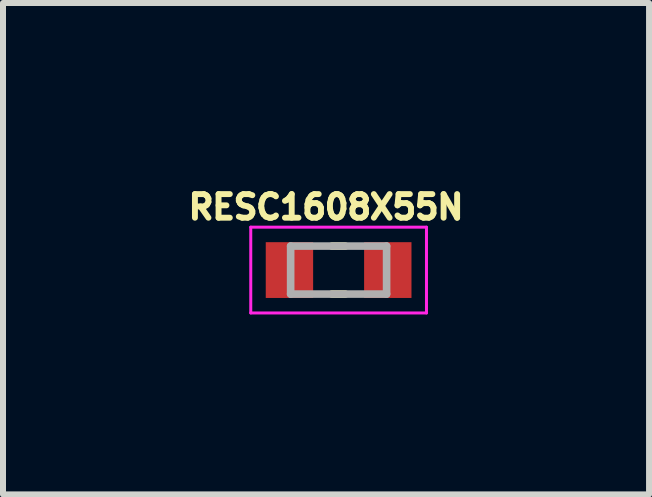
<source format=kicad_pcb>
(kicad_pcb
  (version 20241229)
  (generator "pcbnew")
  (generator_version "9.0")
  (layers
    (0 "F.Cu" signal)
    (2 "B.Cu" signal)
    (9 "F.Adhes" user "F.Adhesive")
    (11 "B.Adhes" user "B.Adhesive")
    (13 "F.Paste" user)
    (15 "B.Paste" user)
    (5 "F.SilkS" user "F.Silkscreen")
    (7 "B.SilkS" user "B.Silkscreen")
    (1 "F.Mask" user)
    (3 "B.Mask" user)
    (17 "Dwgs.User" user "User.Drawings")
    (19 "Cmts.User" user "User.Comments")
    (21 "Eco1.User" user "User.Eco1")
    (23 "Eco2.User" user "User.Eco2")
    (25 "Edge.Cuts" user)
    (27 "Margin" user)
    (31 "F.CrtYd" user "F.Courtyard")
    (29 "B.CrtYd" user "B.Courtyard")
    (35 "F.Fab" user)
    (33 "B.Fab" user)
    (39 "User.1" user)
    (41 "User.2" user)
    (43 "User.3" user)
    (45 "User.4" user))
  (footprint "RESC1608X55N"
    (layer "F.Cu")
    (at 2.596 1.453)
    (property "Reference" "RESC1608X55N" (at -0.21 -1.05 0) (layer "F.SilkS") (effects (font (size 0.394 0.394) (thickness 0.15))))
    (attr smd)
    (fp_line (start -0.11 -0.4) (end 0.11 -0.4) (stroke (width 0.127) (type solid)) (layer "F.SilkS"))
    (fp_line (start -0.11 0.4) (end 0.11 0.4) (stroke (width 0.127) (type solid)) (layer "F.SilkS"))
    (fp_line (start -1.465 -0.715) (end 1.465 -0.715) (stroke (width 0.05) (type solid)) (layer "F.CrtYd"))
    (fp_line (start -1.465 0.715) (end -1.465 -0.715) (stroke (width 0.05) (type solid)) (layer "F.CrtYd"))
    (fp_line (start -1.465 0.715) (end 1.465 0.715) (stroke (width 0.05) (type solid)) (layer "F.CrtYd"))
    (fp_line (start 1.465 0.715) (end 1.465 -0.715) (stroke (width 0.05) (type solid)) (layer "F.CrtYd"))
    (fp_line (start -0.8 0.4) (end -0.8 -0.4) (stroke (width 0.127) (type solid)) (layer "F.Fab"))
    (fp_line (start 0.8 -0.4) (end -0.8 -0.4) (stroke (width 0.127) (type solid)) (layer "F.Fab"))
    (fp_line (start 0.8 0.4) (end -0.8 0.4) (stroke (width 0.127) (type solid)) (layer "F.Fab"))
    (fp_line (start 0.8 0.4) (end 0.8 -0.4) (stroke (width 0.127) (type solid)) (layer "F.Fab"))
    (pad "1" smd rect (at -0.82 0) (size 0.79 0.93) (layers "F.Cu" "F.Mask" "F.Paste"))
    (pad "2" smd rect (at 0.82 0) (size 0.79 0.93) (layers "F.Cu" "F.Mask" "F.Paste")))
  (gr_rect
    (start -3 -3)
    (end 7.772 5.193)
    (stroke (width 0.1) (type default))
    (fill no)
    (layer "Edge.Cuts")))
</source>
